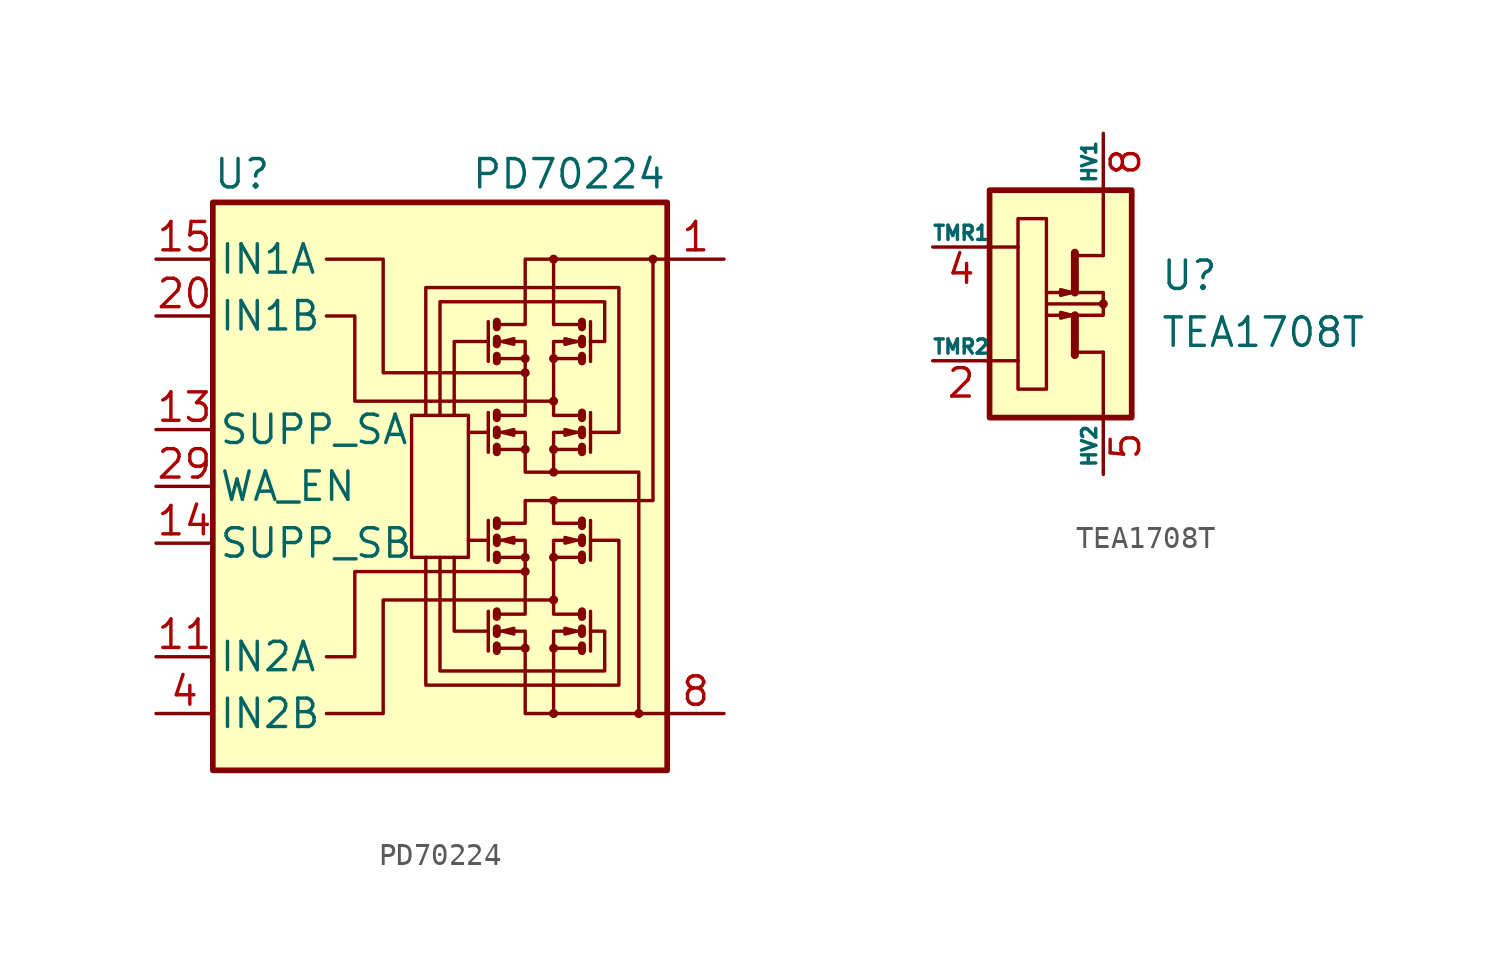
<source format=kicad_sym>
(kicad_symbol_lib
  (version 20201005)
  (generator kicad_symbol_editor)
  (symbol "Power_Management:PD70224"
    (pin_names
      (offset 0.254))
    (property "Reference" "U"
      (at -10.16 13.97 0)
      (effects (font (size 1.27 1.27)) (justify left)))
    (property "Value" "PD70224"
      (at 10.16 13.97 0)
      (effects (font (size 1.27 1.27)) (justify right)))
    (symbol "PD70224_0_1"
      (circle (center 3.81 -7.239) (radius 0.127) (stroke (width 0)) (fill (type none)))
      (circle (center 3.81 -3.81) (radius 0.127) (stroke (width 0)) (fill (type none)))
      (circle (center 3.81 -3.175) (radius 0.127) (stroke (width 0)) (fill (type none)))
      (circle (center 3.81 1.651) (radius 0.127) (stroke (width 0)) (fill (type none)))
      (circle (center 3.81 5.08) (radius 0.127) (stroke (width 0)) (fill (type none)))
      (circle (center 3.81 5.715) (radius 0.127) (stroke (width 0)) (fill (type none)))
      (circle (center 5.08 -10.16) (radius 0.127) (stroke (width 0)) (fill (type none)))
      (circle (center 5.08 -7.239) (radius 0.127) (stroke (width 0)) (fill (type none)))
      (circle (center 5.08 -5.08) (radius 0.127) (stroke (width 0)) (fill (type none)))
      (circle (center 5.08 -3.175) (radius 0.127) (stroke (width 0)) (fill (type none)))
      (circle (center 5.08 -0.635) (radius 0.127) (stroke (width 0)) (fill (type none)))
      (circle (center 5.08 0.635) (radius 0.127) (stroke (width 0)) (fill (type none)))
      (circle (center 5.08 1.651) (radius 0.127) (stroke (width 0)) (fill (type none)))
      (circle (center 5.08 3.81) (radius 0.127) (stroke (width 0)) (fill (type none)))
      (circle (center 5.08 5.715) (radius 0.127) (stroke (width 0)) (fill (type none)))
      (circle (center 5.08 10.16) (radius 0.127) (stroke (width 0)) (fill (type none)))
      (circle (center 8.89 -10.16) (radius 0.127) (stroke (width 0)) (fill (type none)))
      (circle (center 9.525 10.16) (radius 0.127) (stroke (width 0)) (fill (type none)))
      (rectangle (start -10.16 12.7) (end 10.16 -12.7) (stroke (width 0.254)) (fill (type background)))
      (rectangle (start -1.27 3.175) (end 1.27 -3.175) (stroke (width 0)) (fill (type none)))
      (polyline (pts (xy 2.159 -5.588) (xy 2.159 -7.366)) (stroke (width 0)) (fill (type none)))
      (polyline (pts (xy 2.159 -2.413) (xy 1.27 -2.413)) (stroke (width 0)) (fill (type none)))
      (polyline (pts (xy 2.159 -1.524) (xy 2.159 -3.302)) (stroke (width 0)) (fill (type none)))
      (polyline (pts (xy 2.159 2.413) (xy 1.27 2.413)) (stroke (width 0)) (fill (type none)))
      (polyline (pts (xy 2.159 3.302) (xy 2.159 1.524)) (stroke (width 0)) (fill (type none)))
      (polyline (pts (xy 2.159 7.366) (xy 2.159 5.588)) (stroke (width 0)) (fill (type none)))
      (polyline (pts (xy 2.54 -7.239) (xy 3.81 -7.239)) (stroke (width 0)) (fill (type none)))
      (polyline (pts (xy 2.54 -3.175) (xy 3.81 -3.175)) (stroke (width 0)) (fill (type none)))
      (polyline (pts (xy 2.54 1.651) (xy 3.81 1.651)) (stroke (width 0)) (fill (type none)))
      (polyline (pts (xy 2.54 5.715) (xy 3.81 5.715)) (stroke (width 0)) (fill (type none)))
      (polyline (pts (xy 6.35 -7.239) (xy 5.08 -7.239)) (stroke (width 0)) (fill (type none)))
      (polyline (pts (xy 6.35 -3.175) (xy 5.08 -3.175)) (stroke (width 0)) (fill (type none)))
      (polyline (pts (xy 6.35 1.651) (xy 5.08 1.651)) (stroke (width 0)) (fill (type none)))
      (polyline (pts (xy 6.35 5.715) (xy 5.08 5.715)) (stroke (width 0)) (fill (type none)))
      (polyline (pts (xy 6.731 -5.588) (xy 6.731 -7.366)) (stroke (width 0)) (fill (type none)))
      (polyline (pts (xy 6.731 -1.524) (xy 6.731 -3.302)) (stroke (width 0)) (fill (type none)))
      (polyline (pts (xy 6.731 3.302) (xy 6.731 1.524)) (stroke (width 0)) (fill (type none)))
      (polyline (pts (xy 6.731 7.366) (xy 6.731 5.588)) (stroke (width 0)) (fill (type none)))
      (polyline (pts (xy 2.159 -6.477) (xy 0.635 -6.477) (xy 0.635 -3.175)) (stroke (width 0)) (fill (type none)))
      (polyline (pts (xy 2.159 6.477) (xy 0.635 6.477) (xy 0.635 3.175)) (stroke (width 0)) (fill (type none)))
      (polyline (pts (xy 2.54 -7.112) (xy 2.54 -7.366) (xy 2.54 -7.366)) (stroke (width 0.356)) (fill (type none)))
      (polyline (pts (xy 2.54 -6.35) (xy 2.54 -6.604) (xy 2.54 -6.604)) (stroke (width 0.356)) (fill (type none)))
      (polyline (pts (xy 2.54 -3.048) (xy 2.54 -3.302) (xy 2.54 -3.302)) (stroke (width 0.356)) (fill (type none)))
      (polyline (pts (xy 2.54 -2.286) (xy 2.54 -2.54) (xy 2.54 -2.54)) (stroke (width 0.356)) (fill (type none)))
      (polyline (pts (xy 2.54 -1.524) (xy 2.54 -1.778) (xy 2.54 -1.778)) (stroke (width 0.356)) (fill (type none)))
      (polyline (pts (xy 2.54 1.778) (xy 2.54 1.524) (xy 2.54 1.524)) (stroke (width 0.356)) (fill (type none)))
      (polyline (pts (xy 2.54 2.54) (xy 2.54 2.286) (xy 2.54 2.286)) (stroke (width 0.356)) (fill (type none)))
      (polyline (pts (xy 2.54 5.842) (xy 2.54 5.588) (xy 2.54 5.588)) (stroke (width 0.356)) (fill (type none)))
      (polyline (pts (xy 2.54 6.604) (xy 2.54 6.35) (xy 2.54 6.35)) (stroke (width 0.356)) (fill (type none)))
      (polyline (pts (xy 2.54 7.366) (xy 2.54 7.112) (xy 2.54 7.112)) (stroke (width 0.356)) (fill (type none)))
      (polyline (pts (xy 5.08 -10.16) (xy 5.08 -6.477) (xy 6.35 -6.477)) (stroke (width 0)) (fill (type none)))
      (polyline (pts (xy 6.35 -7.112) (xy 6.35 -7.366) (xy 6.35 -7.366)) (stroke (width 0.356)) (fill (type none)))
      (polyline (pts (xy 6.35 -6.35) (xy 6.35 -6.604) (xy 6.35 -6.604)) (stroke (width 0.356)) (fill (type none)))
      (polyline (pts (xy 6.35 -3.048) (xy 6.35 -3.302) (xy 6.35 -3.302)) (stroke (width 0.356)) (fill (type none)))
      (polyline (pts (xy 6.35 -2.286) (xy 6.35 -2.54) (xy 6.35 -2.54)) (stroke (width 0.356)) (fill (type none)))
      (polyline (pts (xy 6.35 -1.651) (xy 5.08 -1.651) (xy 5.08 -0.635)) (stroke (width 0)) (fill (type none)))
      (polyline (pts (xy 6.35 -1.524) (xy 6.35 -1.778) (xy 6.35 -1.778)) (stroke (width 0.356)) (fill (type none)))
      (polyline (pts (xy 6.35 1.778) (xy 6.35 1.524) (xy 6.35 1.524)) (stroke (width 0.356)) (fill (type none)))
      (polyline (pts (xy 6.35 2.413) (xy 5.08 2.413) (xy 5.08 0.635)) (stroke (width 0)) (fill (type none)))
      (polyline (pts (xy 6.35 2.54) (xy 6.35 2.286) (xy 6.35 2.286)) (stroke (width 0.356)) (fill (type none)))
      (polyline (pts (xy 6.35 5.842) (xy 6.35 5.588) (xy 6.35 5.588)) (stroke (width 0.356)) (fill (type none)))
      (polyline (pts (xy 6.35 6.604) (xy 6.35 6.35) (xy 6.35 6.35)) (stroke (width 0.356)) (fill (type none)))
      (polyline (pts (xy 6.35 7.239) (xy 5.08 7.239) (xy 5.08 10.16)) (stroke (width 0)) (fill (type none)))
      (polyline (pts (xy 6.35 7.366) (xy 6.35 7.112) (xy 6.35 7.112)) (stroke (width 0.356)) (fill (type none)))
      (polyline (pts (xy -5.08 -10.16) (xy -2.54 -10.16) (xy -2.54 -5.08) (xy 5.08 -5.08)) (stroke (width 0)) (fill (type none)))
      (polyline (pts (xy 2.54 -6.477) (xy 3.81 -6.477) (xy 3.81 -10.16) (xy 10.16 -10.16)) (stroke (width 0)) (fill (type none)))
      (polyline (pts (xy 2.54 -2.413) (xy 3.81 -2.413) (xy 3.81 -5.715) (xy 2.54 -5.715)) (stroke (width 0)) (fill (type none)))
      (polyline (pts (xy 2.54 6.477) (xy 3.81 6.477) (xy 3.81 3.175) (xy 2.54 3.175)) (stroke (width 0)) (fill (type none)))
      (polyline (pts (xy 2.54 7.239) (xy 3.81 7.239) (xy 3.81 10.16) (xy 10.16 10.16)) (stroke (width 0)) (fill (type none)))
      (polyline (pts (xy 2.794 -6.477) (xy 3.302 -6.35) (xy 3.302 -6.604) (xy 2.794 -6.477)) (stroke (width 0)) (fill (type none)))
      (polyline (pts (xy 2.794 -2.413) (xy 3.302 -2.286) (xy 3.302 -2.54) (xy 2.794 -2.413)) (stroke (width 0)) (fill (type none)))
      (polyline (pts (xy 2.794 2.413) (xy 3.302 2.54) (xy 3.302 2.286) (xy 2.794 2.413)) (stroke (width 0)) (fill (type none)))
      (polyline (pts (xy 2.794 6.477) (xy 3.302 6.604) (xy 3.302 6.35) (xy 2.794 6.477)) (stroke (width 0)) (fill (type none)))
      (polyline (pts (xy 3.81 -3.81) (xy -3.81 -3.81) (xy -3.81 -7.62) (xy -5.08 -7.62)) (stroke (width 0)) (fill (type none)))
      (polyline (pts (xy 3.81 5.08) (xy -2.54 5.08) (xy -2.54 10.16) (xy -5.08 10.16)) (stroke (width 0)) (fill (type none)))
      (polyline (pts (xy 5.08 3.81) (xy -3.81 3.81) (xy -3.81 7.62) (xy -5.08 7.62)) (stroke (width 0)) (fill (type none)))
      (polyline (pts (xy 6.096 -6.477) (xy 5.588 -6.35) (xy 5.588 -6.604) (xy 6.096 -6.477)) (stroke (width 0)) (fill (type none)))
      (polyline (pts (xy 6.096 -2.413) (xy 5.588 -2.286) (xy 5.588 -2.54) (xy 6.096 -2.413)) (stroke (width 0)) (fill (type none)))
      (polyline (pts (xy 6.096 2.413) (xy 5.588 2.54) (xy 5.588 2.286) (xy 6.096 2.413)) (stroke (width 0)) (fill (type none)))
      (polyline (pts (xy 6.096 6.477) (xy 5.588 6.604) (xy 5.588 6.35) (xy 6.096 6.477)) (stroke (width 0)) (fill (type none)))
      (polyline (pts (xy 6.35 -2.413) (xy 5.08 -2.413) (xy 5.08 -5.715) (xy 6.35 -5.715)) (stroke (width 0)) (fill (type none)))
      (polyline (pts (xy 6.35 6.477) (xy 5.08 6.477) (xy 5.08 3.175) (xy 6.35 3.175)) (stroke (width 0)) (fill (type none)))
      (polyline (pts (xy -0.635 3.175) (xy -0.635 8.89) (xy 8.001 8.89) (xy 8.001 2.413) (xy 6.731 2.413)) (stroke (width 0)) (fill (type none)))
      (polyline (pts (xy 0 -3.175) (xy 0 -8.255) (xy 7.366 -8.255) (xy 7.366 -6.477) (xy 6.731 -6.477)) (stroke (width 0)) (fill (type none)))
      (polyline (pts (xy 2.54 -1.651) (xy 3.81 -1.651) (xy 3.81 -0.635) (xy 9.525 -0.635) (xy 9.525 10.16)) (stroke (width 0)) (fill (type none)))
      (polyline (pts (xy 2.54 2.413) (xy 3.81 2.413) (xy 3.81 0.635) (xy 8.89 0.635) (xy 8.89 -10.16)) (stroke (width 0)) (fill (type none)))
      (polyline (pts (xy 6.731 -2.413) (xy 8.001 -2.413) (xy 8.001 -8.89) (xy -0.635 -8.89) (xy -0.635 -3.175)) (stroke (width 0)) (fill (type none)))
      (polyline (pts (xy 6.731 6.477) (xy 7.366 6.477) (xy 7.366 8.255) (xy 0 8.255) (xy 0 3.175)) (stroke (width 0)) (fill (type none))))
    (symbol "PD70224_1_1"
      (polyline (pts (xy 2.54 -5.588) (xy 2.54 -5.842)) (stroke (width 0.356)) (fill (type none)))
      (polyline (pts (xy 2.54 3.302) (xy 2.54 3.048)) (stroke (width 0.356)) (fill (type none)))
      (polyline (pts (xy 6.35 -5.588) (xy 6.35 -5.842)) (stroke (width 0.356)) (fill (type none)))
      (polyline (pts (xy 6.35 3.302) (xy 6.35 3.048)) (stroke (width 0.356)) (fill (type none)))
      (pin power_in line (at 12.7 10.16 180) (length 2.54) (name "~" (effects (font (size 1.27 1.27)))) (number "1" (effects (font (size 1.27 1.27)))))
      (pin passive line (at 12.7 -10.16 180) (length 2.54) hide (name "~" (effects (font (size 1.27 1.27)))) (number "10" (effects (font (size 1.27 1.27)))))
      (pin passive line (at -12.7 -7.62 0) (length 2.54) (name "IN2A" (effects (font (size 1.27 1.27)))) (number "11" (effects (font (size 1.27 1.27)))))
      (pin passive line (at -12.7 -7.62 0) (length 2.54) hide (name "IN2A" (effects (font (size 1.27 1.27)))) (number "12" (effects (font (size 1.27 1.27)))))
      (pin input line (at -12.7 2.54 0) (length 2.54) (name "SUPP_SA" (effects (font (size 1.27 1.27)))) (number "13" (effects (font (size 1.27 1.27)))))
      (pin input line (at -12.7 -2.54 0) (length 2.54) (name "SUPP_SB" (effects (font (size 1.27 1.27)))) (number "14" (effects (font (size 1.27 1.27)))))
      (pin passive line (at -12.7 10.16 0) (length 2.54) (name "IN1A" (effects (font (size 1.27 1.27)))) (number "15" (effects (font (size 1.27 1.27)))))
      (pin passive line (at -12.7 10.16 0) (length 2.54) hide (name "IN1A" (effects (font (size 1.27 1.27)))) (number "16" (effects (font (size 1.27 1.27)))))
      (pin passive line (at 12.7 -10.16 180) (length 2.54) hide (name "~" (effects (font (size 1.27 1.27)))) (number "17" (effects (font (size 1.27 1.27)))))
      (pin passive line (at 12.7 -10.16 180) (length 2.54) hide (name "~" (effects (font (size 1.27 1.27)))) (number "18" (effects (font (size 1.27 1.27)))))
      (pin passive line (at 12.7 -10.16 180) (length 2.54) hide (name "~" (effects (font (size 1.27 1.27)))) (number "19" (effects (font (size 1.27 1.27)))))
      (pin passive line (at 12.7 10.16 180) (length 2.54) hide (name "~" (effects (font (size 1.27 1.27)))) (number "2" (effects (font (size 1.27 1.27)))))
      (pin passive line (at -12.7 7.62 0) (length 2.54) (name "IN1B" (effects (font (size 1.27 1.27)))) (number "20" (effects (font (size 1.27 1.27)))))
      (pin passive line (at -12.7 7.62 0) (length 2.54) hide (name "IN1B" (effects (font (size 1.27 1.27)))) (number "21" (effects (font (size 1.27 1.27)))))
      (pin passive line (at -12.7 7.62 0) (length 2.54) hide (name "IN1B" (effects (font (size 1.27 1.27)))) (number "22" (effects (font (size 1.27 1.27)))))
      (pin passive line (at -12.7 7.62 0) (length 2.54) hide (name "IN1B" (effects (font (size 1.27 1.27)))) (number "23" (effects (font (size 1.27 1.27)))))
      (pin passive line (at 12.7 10.16 180) (length 2.54) hide (name "~" (effects (font (size 1.27 1.27)))) (number "24" (effects (font (size 1.27 1.27)))))
      (pin passive line (at 12.7 10.16 180) (length 2.54) hide (name "~" (effects (font (size 1.27 1.27)))) (number "25" (effects (font (size 1.27 1.27)))))
      (pin passive line (at 12.7 10.16 180) (length 2.54) hide (name "~" (effects (font (size 1.27 1.27)))) (number "26" (effects (font (size 1.27 1.27)))))
      (pin passive line (at -12.7 10.16 0) (length 2.54) hide (name "IN1A" (effects (font (size 1.27 1.27)))) (number "27" (effects (font (size 1.27 1.27)))))
      (pin passive line (at -12.7 10.16 0) (length 2.54) hide (name "IN1A" (effects (font (size 1.27 1.27)))) (number "28" (effects (font (size 1.27 1.27)))))
      (pin input line (at -12.7 0 0) (length 2.54) (name "WA_EN" (effects (font (size 1.27 1.27)))) (number "29" (effects (font (size 1.27 1.27)))))
      (pin passive line (at 12.7 10.16 180) (length 2.54) hide (name "~" (effects (font (size 1.27 1.27)))) (number "3" (effects (font (size 1.27 1.27)))))
      (pin no_connect line (at -10.16 5.08 0) (length 2.54) hide (name "NC" (effects (font (size 1.27 1.27)))) (number "30" (effects (font (size 1.27 1.27)))))
      (pin passive line (at -12.7 -7.62 0) (length 2.54) hide (name "IN2A" (effects (font (size 1.27 1.27)))) (number "31" (effects (font (size 1.27 1.27)))))
      (pin passive line (at -12.7 -7.62 0) (length 2.54) hide (name "IN2A" (effects (font (size 1.27 1.27)))) (number "32" (effects (font (size 1.27 1.27)))))
      (pin passive line (at 12.7 10.16 180) (length 2.54) hide (name "~" (effects (font (size 1.27 1.27)))) (number "33" (effects (font (size 1.27 1.27)))))
      (pin passive line (at 12.7 -10.16 180) (length 2.54) hide (name "~" (effects (font (size 1.27 1.27)))) (number "34" (effects (font (size 1.27 1.27)))))
      (pin passive line (at -12.7 -10.16 0) (length 2.54) (name "IN2B" (effects (font (size 1.27 1.27)))) (number "4" (effects (font (size 1.27 1.27)))))
      (pin passive line (at -12.7 -10.16 0) (length 2.54) hide (name "IN2B" (effects (font (size 1.27 1.27)))) (number "5" (effects (font (size 1.27 1.27)))))
      (pin passive line (at -12.7 -10.16 0) (length 2.54) hide (name "IN2B" (effects (font (size 1.27 1.27)))) (number "6" (effects (font (size 1.27 1.27)))))
      (pin passive line (at -12.7 -10.16 0) (length 2.54) hide (name "IN2B" (effects (font (size 1.27 1.27)))) (number "7" (effects (font (size 1.27 1.27)))))
      (pin power_in line (at 12.7 -10.16 180) (length 2.54) (name "~" (effects (font (size 1.27 1.27)))) (number "8" (effects (font (size 1.27 1.27)))))
      (pin passive line (at 12.7 -10.16 180) (length 2.54) hide (name "~" (effects (font (size 1.27 1.27)))) (number "9" (effects (font (size 1.27 1.27)))))))
  (symbol "Power_Management:TEA1708T"
    (pin_names
      (offset 0))
    (property "Reference" "U"
      (at 5.08 1.27 0)
      (effects (font (size 1.27 1.27)) (justify left)))
    (property "Value" "TEA1708T"
      (at 5.08 -1.27 0)
      (effects (font (size 1.27 1.27)) (justify left)))
    (symbol "TEA1708T_0_1"
      (circle (center 2.54 0) (radius 0.127) (stroke (width 0)) (fill (type none)))
      (rectangle (start -2.54 5.08) (end 3.81 -5.08) (stroke (width 0.254)) (fill (type background)))
      (rectangle (start -1.27 3.81) (end 0 -3.81) (stroke (width 0)) (fill (type none)))
      (polyline (pts (xy -2.54 2.54) (xy -1.27 2.54)) (stroke (width 0)) (fill (type none)))
      (polyline (pts (xy -1.27 -2.54) (xy -2.54 -2.54)) (stroke (width 0)) (fill (type none)))
      (polyline (pts (xy 1.27 -2.159) (xy 2.54 -2.159)) (stroke (width 0)) (fill (type none)))
      (polyline (pts (xy 1.27 2.159) (xy 2.54 2.159)) (stroke (width 0)) (fill (type none)))
      (polyline (pts (xy 2.413 0) (xy 0 0)) (stroke (width 0)) (fill (type none)))
      (polyline (pts (xy 2.54 2.159) (xy 2.54 5.08)) (stroke (width 0)) (fill (type none)))
      (polyline (pts (xy 1.27 -0.508) (xy 1.27 -2.286) (xy 1.27 -2.286)) (stroke (width 0.356)) (fill (type none)))
      (polyline (pts (xy 1.27 2.286) (xy 1.27 0.508) (xy 1.27 2.032)) (stroke (width 0.356)) (fill (type none)))
      (polyline (pts (xy 2.54 -2.159) (xy 2.54 -5.08) (xy 2.54 -3.175)) (stroke (width 0)) (fill (type none)))
      (polyline (pts (xy 0 0.508) (xy 2.54 0.508) (xy 2.54 -0.508) (xy 0 -0.508)) (stroke (width 0)) (fill (type none))))
    (symbol "TEA1708T_1_1"
      (polyline (pts (xy 1.143 -0.508) (xy 0.635 -0.635) (xy 0.635 -0.381) (xy 1.143 -0.508)) (stroke (width 0)) (fill (type none)))
      (polyline (pts (xy 1.143 0.508) (xy 0.635 0.381) (xy 0.635 0.635) (xy 1.143 0.508)) (stroke (width 0)) (fill (type none)))
      (pin no_connect line (at -2.54 5.08 0) (length 2.54) hide (name "NC" (effects (font (size 1.27 1.27)))) (number "1" (effects (font (size 1.27 1.27)))))
      (pin passive line (at -5.08 -2.54 0) (length 2.54) (name "TMR2" (effects (font (size 0.635 0.635)))) (number "2" (effects (font (size 1.27 1.27)))))
      (pin no_connect line (at -2.54 2.54 0) (length 2.54) hide (name "NC" (effects (font (size 1.27 1.27)))) (number "3" (effects (font (size 1.27 1.27)))))
      (pin passive line (at -5.08 2.54 0) (length 2.54) (name "TMR1" (effects (font (size 0.635 0.635)))) (number "4" (effects (font (size 1.27 1.27)))))
      (pin passive line (at 2.54 -7.62 90) (length 2.54) (name "HV2" (effects (font (size 0.635 0.635)))) (number "5" (effects (font (size 1.27 1.27)))))
      (pin no_connect line (at -2.54 -2.54 0) (length 2.54) hide (name "NC" (effects (font (size 1.27 1.27)))) (number "6" (effects (font (size 1.27 1.27)))))
      (pin no_connect line (at -2.54 -5.08 0) (length 2.54) hide (name "NC" (effects (font (size 1.27 1.27)))) (number "7" (effects (font (size 1.27 1.27)))))
      (pin passive line (at 2.54 7.62 270) (length 2.54) (name "HV1" (effects (font (size 0.635 0.635)))) (number "8" (effects (font (size 1.27 1.27))))))))
</source>
